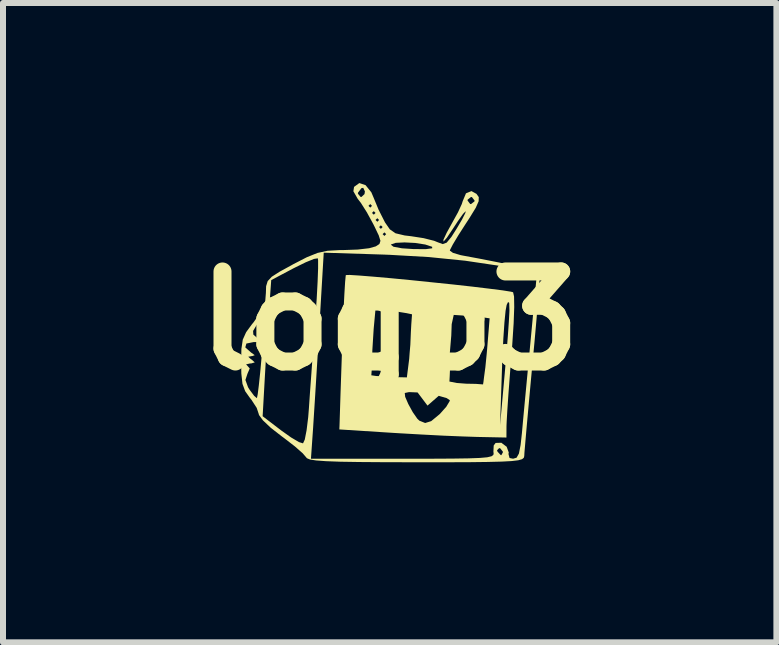
<source format=kicad_pcb>
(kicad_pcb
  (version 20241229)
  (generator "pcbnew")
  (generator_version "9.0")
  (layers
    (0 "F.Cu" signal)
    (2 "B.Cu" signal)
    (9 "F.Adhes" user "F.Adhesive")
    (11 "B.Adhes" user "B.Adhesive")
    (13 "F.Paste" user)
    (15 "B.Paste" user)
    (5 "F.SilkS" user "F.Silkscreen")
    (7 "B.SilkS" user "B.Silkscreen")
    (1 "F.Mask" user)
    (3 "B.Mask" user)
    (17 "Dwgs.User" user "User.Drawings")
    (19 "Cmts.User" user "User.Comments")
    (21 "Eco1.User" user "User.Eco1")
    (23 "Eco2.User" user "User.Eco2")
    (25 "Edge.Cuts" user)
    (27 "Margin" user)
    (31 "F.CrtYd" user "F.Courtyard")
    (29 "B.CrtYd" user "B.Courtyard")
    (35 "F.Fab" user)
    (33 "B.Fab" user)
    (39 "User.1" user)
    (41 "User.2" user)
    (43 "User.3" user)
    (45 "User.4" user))
  (footprint "logo3"
    (layer "F.Cu")
    (at 3.443 2.295)
    (property "Reference" "logo3" (at 0 0 0) (layer "F.SilkS") (effects (font (size 1.5 1.5) (thickness 0.3))))
    (attr board_only exclude_from_pos_files exclude_from_bom)
    (fp_poly (pts (xy -0.506 -0.754) (xy -0.268 -0.735) (xy 0.027 -0.709) (xy 0.359 -0.677) (xy 0.708 -0.641) (xy 1.056 -0.605) (xy 1.38 -0.569) (xy 1.662 -0.535) (xy 1.882 -0.507) (xy 2.02 -0.485) (xy 2.056 -0.476) (xy 2.072 -0.405) (xy 2.075 -0.228) (xy 2.065 0.043) (xy 2.042 0.398) (xy 2.029 0.56) (xy 2.002 0.906) (xy 1.978 1.224) (xy 1.96 1.49) (xy 1.949 1.679) (xy 1.946 1.753) (xy 1.945 1.945) (xy 1.459 1.935) (xy 1.219 1.927) (xy 0.898 1.914) (xy 0.535 1.895) (xy 0.166 1.874) (xy 0.067 1.868) (xy -0.839 1.81) (xy -0.836 1.739) (xy 1.839 1.739) (xy 1.916 0.884) (xy 1.944 0.561) (xy 1.968 0.263) (xy 1.985 0.018) (xy 1.994 -0.146) (xy 1.995 -0.177) (xy 1.991 -0.299) (xy 1.972 -0.313) (xy 1.949 -0.265) (xy 1.931 -0.168) (xy 1.912 0.024) (xy 1.894 0.288) (xy 1.878 0.6) (xy 1.871 0.796) (xy 1.839 1.739) (xy -0.836 1.739) (xy -0.819 1.203) (xy 0.251 1.203) (xy 0.258 1.267) (xy 0.31 1.387) (xy 0.384 1.522) (xy 0.459 1.63) (xy 0.494 1.664) (xy 0.591 1.703) (xy 0.691 1.672) (xy 0.827 1.56) (xy 0.837 1.551) (xy 0.943 1.432) (xy 0.999 1.338) (xy 1.002 1.323) (xy 0.949 1.288) (xy 0.817 1.25) (xy 0.63 1.413) (xy 0.465 1.194) (xy 0.322 1.188) (xy 0.251 1.203) (xy -0.819 1.203) (xy -0.796 0.537) (xy -0.794 0.489) (xy -0.289 0.489) (xy -0.294 0.739) (xy -0.306 0.908) (xy -0.224 0.92) (xy -0.116 0.925) (xy 0.046 0.938) (xy 0.069 0.938) (xy 0.286 0.943) (xy 0.325 0.634) (xy 0.332 0.537) (xy 1.002 0.537) (xy 1.006 0.773) (xy 1 0.92) (xy 0.995 1.012) (xy 1.118 1.036) (xy 1.275 1.048) (xy 1.435 1.051) (xy 1.555 1.06) (xy 1.562 1.019) (xy 1.572 0.937) (xy 1.594 0.774) (xy 1.616 0.553) (xy 1.624 0.463) (xy 1.665 -0.041) (xy 1.407 -0.077) (xy 1.232 -0.087) (xy 1.067 -0.098) (xy 1.033 0.056) (xy 1.026 0.247) (xy 1.002 0.532) (xy 1.002 0.537) (xy 0.332 0.537) (xy 0.344 0.4) (xy 0.353 0.184) (xy 0.36 0.056) (xy 0.372 -0.108) (xy 0.283 -0.127) (xy 0.165 -0.146) (xy 0.053 -0.165) (xy -0.238 -0.178) (xy -0.267 0.135) (xy -0.289 0.489) (xy -0.794 0.489) (xy -0.783 0.162) (xy -0.769 -0.172) (xy -0.755 -0.446) (xy -0.743 -0.645) (xy -0.733 -0.75) (xy -0.73 -0.762) (xy -0.666 -0.764)) (stroke (width 0) (type solid)) (fill yes) (layer "F.SilkS"))
    (fp_poly (pts (xy -0.402 -2.26) (xy -0.306 -2.141) (xy -0.269 -2.054) (xy -0.184 -1.848) (xy -0.082 -1.647) (xy -0.08 -1.642) (xy 0.002 -1.524) (xy 0.097 -1.458) (xy 0.249 -1.422) (xy 0.358 -1.409) (xy 0.565 -1.377) (xy 0.74 -1.333) (xy 0.807 -1.306) (xy 0.884 -1.278) (xy 0.949 -1.302) (xy 1.027 -1.396) (xy 1.114 -1.533) (xy 1.206 -1.689) (xy 1.26 -1.796) (xy 1.267 -1.827) (xy 1.222 -1.781) (xy 1.138 -1.663) (xy 1.062 -1.547) (xy 0.953 -1.384) (xy 0.897 -1.32) (xy 0.895 -1.35) (xy 0.949 -1.466) (xy 1.044 -1.638) (xy 1.138 -1.808) (xy 1.201 -1.945) (xy 1.217 -1.995) (xy 1.221 -2.004) (xy 1.297 -2.004) (xy 1.341 -1.946) (xy 1.355 -1.945) (xy 1.413 -1.99) (xy 1.414 -2.004) (xy 1.37 -2.061) (xy 1.355 -2.063) (xy 1.298 -2.018) (xy 1.297 -2.004) (xy 1.221 -2.004) (xy 1.271 -2.124) (xy 1.362 -2.161) (xy 1.446 -2.115) (xy 1.484 -2.061) (xy 1.482 -1.992) (xy 1.434 -1.883) (xy 1.329 -1.712) (xy 1.269 -1.62) (xy 1.145 -1.427) (xy 1.052 -1.272) (xy 1.005 -1.181) (xy 1.002 -1.169) (xy 1.054 -1.132) (xy 1.182 -1.094) (xy 1.223 -1.086) (xy 1.477 -1.039) (xy 1.748 -0.986) (xy 2.011 -0.933) (xy 2.24 -0.884) (xy 2.41 -0.844) (xy 2.496 -0.82) (xy 2.501 -0.817) (xy 2.501 -0.755) (xy 2.491 -0.592) (xy 2.472 -0.343) (xy 2.446 -0.025) (xy 2.413 0.347) (xy 2.382 0.678) (xy 2.344 1.087) (xy 2.31 1.46) (xy 2.281 1.781) (xy 2.259 2.033) (xy 2.245 2.197) (xy 2.242 2.254) (xy 2.234 2.283) (xy 2.205 2.306) (xy 2.142 2.324) (xy 2.033 2.337) (xy 1.866 2.346) (xy 1.628 2.352) (xy 1.307 2.356) (xy 0.892 2.357) (xy 0.44 2.357) (xy -0.084 2.356) (xy -0.502 2.353) (xy -0.824 2.348) (xy -1.061 2.339) (xy -1.226 2.327) (xy -1.328 2.311) (xy -1.36 2.298) (xy -1.312 2.298) (xy 0.223 2.298) (xy 0.687 2.298) (xy 1.046 2.296) (xy 1.314 2.292) (xy 1.503 2.285) (xy 1.626 2.274) (xy 1.697 2.257) (xy 1.727 2.235) (xy 1.732 2.205) (xy 1.728 2.187) (xy 1.729 2.158) (xy 1.788 2.158) (xy 1.797 2.181) (xy 1.85 2.237) (xy 1.86 2.239) (xy 1.885 2.194) (xy 1.886 2.181) (xy 1.841 2.124) (xy 1.823 2.122) (xy 1.788 2.158) (xy 1.729 2.158) (xy 1.733 2.077) (xy 1.765 2.035) (xy 1.86 2.032) (xy 1.949 2.099) (xy 1.984 2.195) (xy 1.979 2.219) (xy 1.997 2.286) (xy 2.056 2.298) (xy 2.114 2.281) (xy 2.153 2.212) (xy 2.181 2.07) (xy 2.203 1.871) (xy 2.221 1.671) (xy 2.248 1.382) (xy 2.281 1.034) (xy 2.317 0.654) (xy 2.347 0.338) (xy 2.451 -0.768) (xy 2.242 -0.824) (xy 1.796 -0.921) (xy 1.258 -1.001) (xy 0.653 -1.062) (xy 0.004 -1.099) (xy -0.093 -1.103) (xy -1.099 -1.135) (xy -1.17 0.066) (xy -1.194 0.471) (xy -1.219 0.875) (xy -1.242 1.248) (xy -1.262 1.56) (xy -1.276 1.783) (xy -1.312 2.298) (xy -1.36 2.298) (xy -1.379 2.29) (xy -1.39 2.277) (xy -1.45 2.207) (xy -1.581 2.092) (xy -1.758 1.955) (xy -1.8 1.924) (xy -1.98 1.784) (xy -2.113 1.658) (xy -2.163 1.59) (xy -2.117 1.59) (xy -1.81 1.825) (xy -1.644 1.943) (xy -1.512 2.021) (xy -1.444 2.042) (xy -1.415 1.979) (xy -1.385 1.825) (xy -1.358 1.607) (xy -1.347 1.469) (xy -1.329 1.207) (xy -1.304 0.866) (xy -1.277 0.483) (xy -1.249 0.095) (xy -1.238 -0.048) (xy -1.216 -0.373) (xy -1.201 -0.654) (xy -1.193 -0.872) (xy -1.193 -1.007) (xy -1.198 -1.041) (xy -1.261 -1.031) (xy -1.399 -0.975) (xy -1.582 -0.885) (xy -1.602 -0.875) (xy -1.974 -0.678) (xy -2.012 -0.147) (xy -2.033 0.163) (xy -2.056 0.527) (xy -2.077 0.881) (xy -2.083 0.986) (xy -2.117 1.59) (xy -2.163 1.59) (xy -2.178 1.569) (xy -2.181 1.556) (xy -2.216 1.451) (xy -2.305 1.314) (xy -2.328 1.286) (xy -2.408 1.173) (xy -2.453 1.051) (xy -2.472 0.879) (xy -2.475 0.694) (xy -2.471 0.467) (xy -2.467 0.443) (xy -2.406 0.443) (xy -2.313 0.526) (xy -2.249 0.573) (xy -2.29 0.588) (xy -2.298 0.588) (xy -2.357 0.599) (xy -2.313 0.639) (xy -2.298 0.648) (xy -2.248 0.693) (xy -2.305 0.71) (xy -2.328 0.711) (xy -2.393 0.726) (xy -2.374 0.746) (xy -2.332 0.794) (xy -2.37 0.882) (xy -2.404 0.986) (xy -2.36 1.107) (xy -2.334 1.149) (xy -2.258 1.251) (xy -2.214 1.288) (xy -2.212 1.287) (xy -2.199 1.223) (xy -2.18 1.071) (xy -2.158 0.862) (xy -2.153 0.81) (xy -2.112 0.354) (xy -2.264 0.354) (xy -2.388 0.379) (xy -2.406 0.443) (xy -2.467 0.443) (xy -2.448 0.314) (xy -2.393 0.192) (xy -2.377 0.169) (xy -2.276 0.169) (xy -2.272 0.23) (xy -2.199 0.294) (xy -2.142 0.253) (xy -2.122 0.135) (xy -2.128 0.027) (xy -2.164 0.022) (xy -2.217 0.07) (xy -2.276 0.169) (xy -2.377 0.169) (xy -2.294 0.056) (xy -2.269 0.026) (xy -2.134 -0.166) (xy -2.073 -0.336) (xy -2.063 -0.462) (xy -2.059 -0.577) (xy -2.033 -0.661) (xy -1.965 -0.734) (xy -1.834 -0.818) (xy -1.62 -0.935) (xy -1.616 -0.938) (xy -1.381 -1.059) (xy -1.202 -1.131) (xy -1.035 -1.167) (xy -0.836 -1.178) (xy -0.758 -1.179) (xy -0.533 -1.187) (xy -0.343 -1.209) (xy -0.232 -1.24) (xy -0.19 -1.267) (xy 0.02 -1.267) (xy 0.063 -1.234) (xy 0.203 -1.208) (xy 0.398 -1.195) (xy 0.603 -1.194) (xy 0.708 -1.208) (xy 0.707 -1.233) (xy 0.592 -1.271) (xy 0.426 -1.297) (xy 0.248 -1.306) (xy 0.101 -1.299) (xy 0.023 -1.272) (xy 0.02 -1.267) (xy -0.19 -1.267) (xy -0.171 -1.28) (xy -0.154 -1.332) (xy -0.184 -1.427) (xy -0.193 -1.444) (xy -0.118 -1.444) (xy -0.088 -1.414) (xy -0.059 -1.444) (xy -0.088 -1.473) (xy -0.118 -1.444) (xy -0.193 -1.444) (xy -0.249 -1.562) (xy -0.177 -1.562) (xy -0.147 -1.532) (xy -0.118 -1.562) (xy -0.147 -1.591) (xy -0.177 -1.562) (xy -0.249 -1.562) (xy -0.265 -1.594) (xy -0.272 -1.608) (xy -0.311 -1.68) (xy -0.236 -1.68) (xy -0.206 -1.65) (xy -0.177 -1.68) (xy -0.206 -1.709) (xy -0.236 -1.68) (xy -0.311 -1.68) (xy -0.375 -1.797) (xy -0.295 -1.797) (xy -0.265 -1.768) (xy -0.236 -1.797) (xy -0.265 -1.827) (xy -0.295 -1.797) (xy -0.375 -1.797) (xy -0.376 -1.8) (xy -0.449 -1.915) (xy -0.354 -1.915) (xy -0.324 -1.886) (xy -0.295 -1.915) (xy -0.324 -1.945) (xy -0.354 -1.915) (xy -0.449 -1.915) (xy -0.48 -1.964) (xy -0.534 -2.034) (xy -0.582 -2.118) (xy -0.53 -2.118) (xy -0.485 -2.064) (xy -0.471 -2.063) (xy -0.42 -2.111) (xy -0.413 -2.155) (xy -0.441 -2.216) (xy -0.471 -2.21) (xy -0.528 -2.135) (xy -0.53 -2.118) (xy -0.582 -2.118) (xy -0.605 -2.158) (xy -0.594 -2.231) (xy -0.506 -2.295)) (stroke (width 0) (type solid)) (fill yes) (layer "F.SilkS")))
  (gr_rect
    (start -3 -3)
    (end 9.886 7.652)
    (stroke (width 0.1) (type default))
    (fill no)
    (layer "Edge.Cuts")))
</source>
